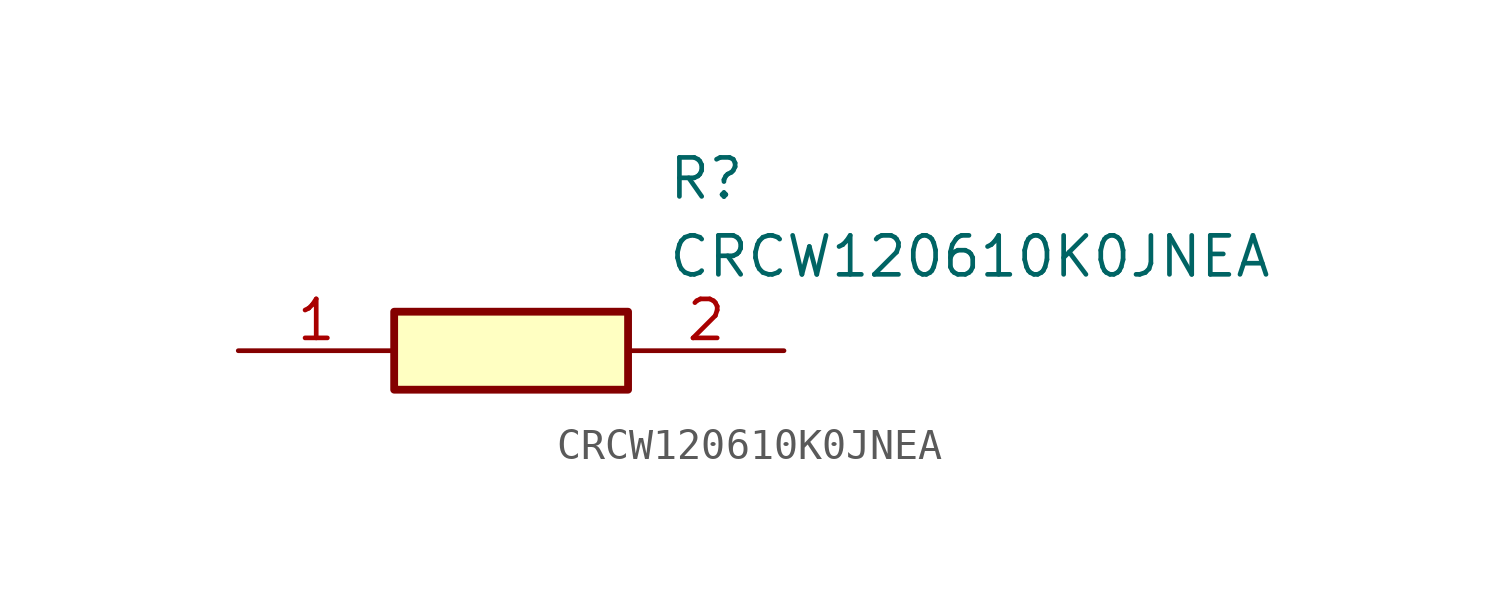
<source format=kicad_sym>
(kicad_symbol_lib
  (version 20220914)
  (generator kicad_symbol_editor)
  (symbol "CRCW120610K0JNEA"
    (pin_names hide)
    (property "Reference" "R"
      (at 13.97 6.35 0)
      (effects (font (size 1.27 1.27)) (justify left top)))
    (property "Value" "CRCW120610K0JNEA"
      (at 13.97 3.81 0)
      (effects (font (size 1.27 1.27)) (justify left top)))
    (symbol "CRCW120610K0JNEA_1_1"
      (rectangle (start 5.08 1.27) (end 12.7 -1.27) (stroke (width 0.254) (type default)) (fill (type background)))
      (pin passive line (at 0 0 0) (length 5.08) (name "1" (effects (font (size 1.27 1.27)))) (number "1" (effects (font (size 1.27 1.27)))))
      (pin passive line (at 17.78 0 180) (length 5.08) (name "2" (effects (font (size 1.27 1.27)))) (number "2" (effects (font (size 1.27 1.27))))))))
</source>
